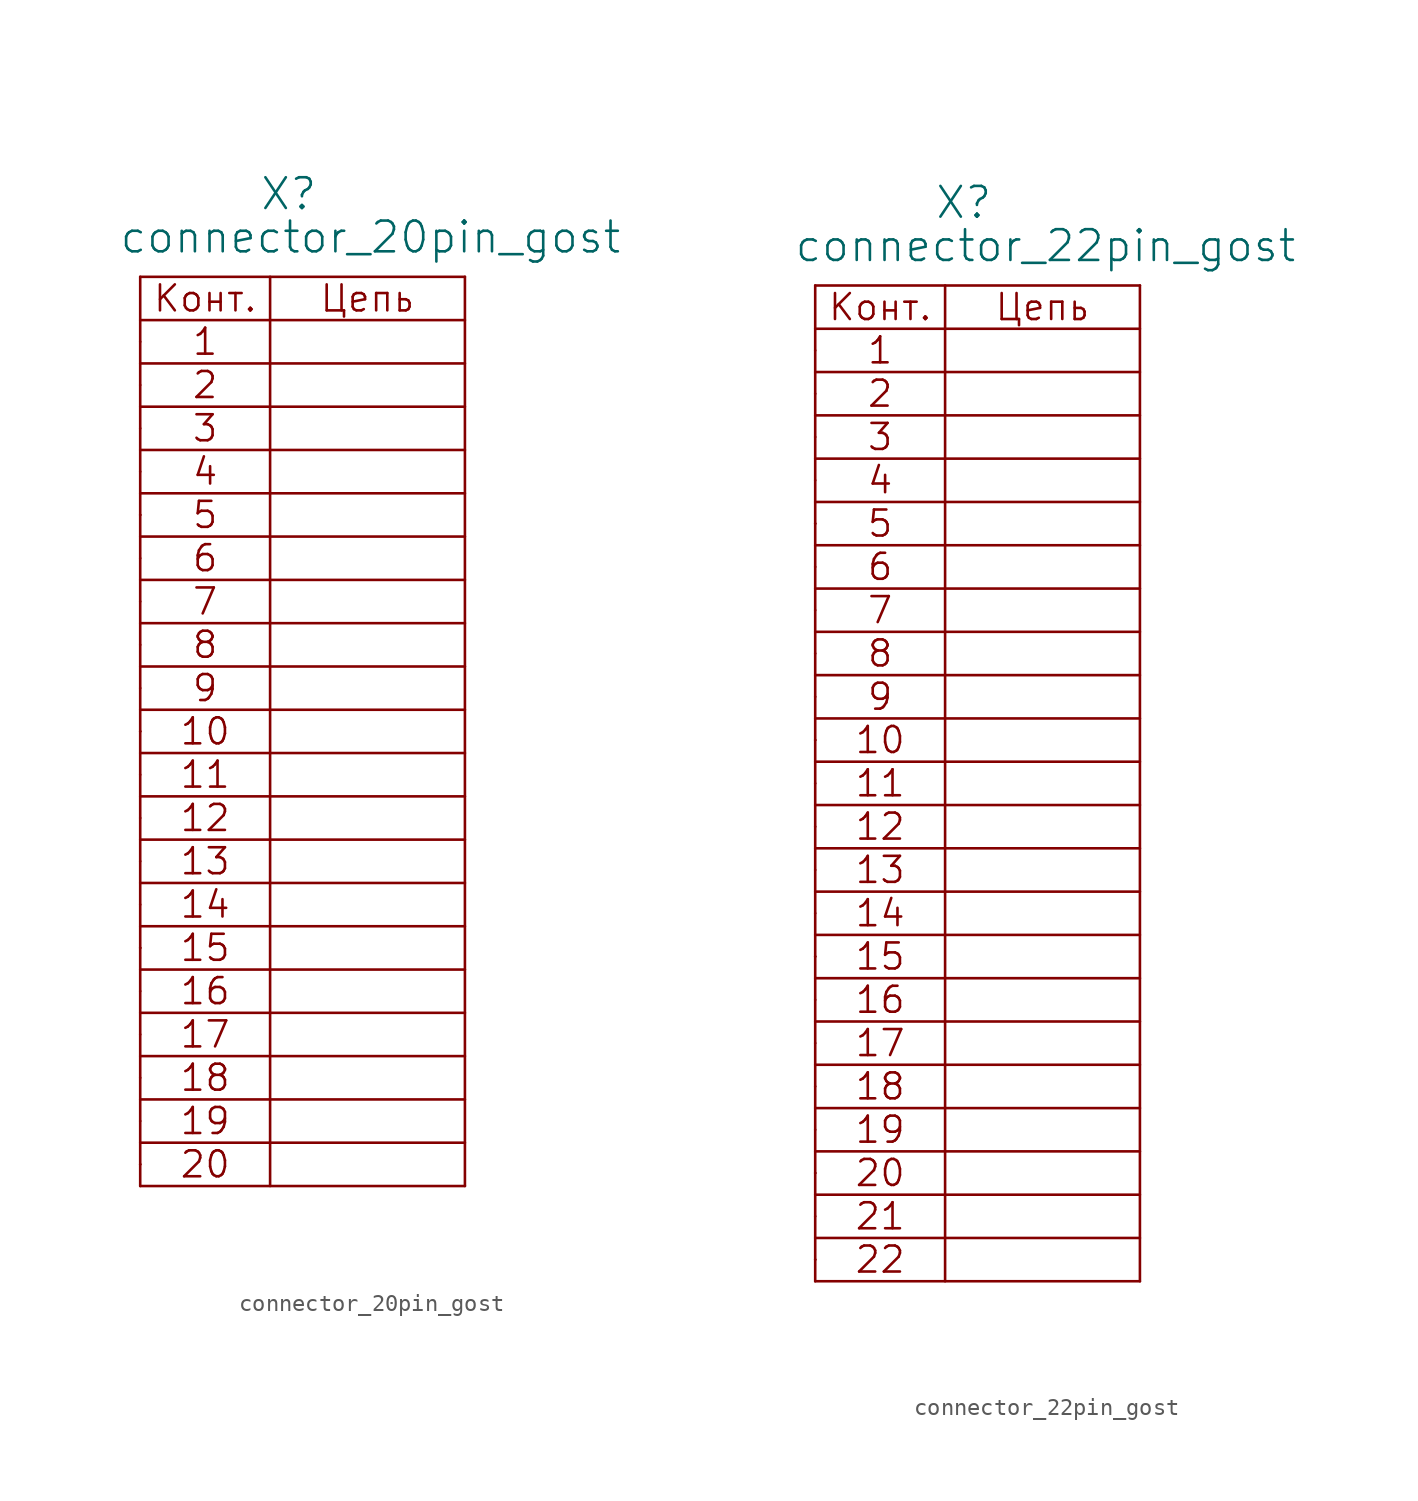
<source format=kicad_sym>
(kicad_symbol_lib
  (version 20211014)
  (generator kicad_symbol_editor)
  (symbol "connector_20pin_gost"
    (pin_numbers hide)
    (pin_names
      (offset 1.016) hide)
    (property "Reference" "X"
      (at 6.985 7.62 0)
      (effects (font (size 1.803 1.803)) (justify left bottom)))
    (property "Value" "connector_20pin_gost"
      (at -1.27 5.08 0)
      (effects (font (size 1.803 1.803)) (justify left bottom)))
    (property "Datasheet" ""
      (at 0 0 0)
      (effects (font (size 1.524 1.524))))
    (symbol "connector_20pin_gost_0_0"
      (polyline (pts (xy 0 -49.53) (xy 19.05 -49.53)) (stroke (width 0) (type default) (color 0 0 0 0)) (fill (type none)))
      (polyline (pts (xy 0 -48.26) (xy 0 -48.26)) (stroke (width 0) (type default) (color 0 0 0 0)) (fill (type none)))
      (polyline (pts (xy 0 -46.99) (xy 19.05 -46.99)) (stroke (width 0) (type default) (color 0 0 0 0)) (fill (type none)))
      (polyline (pts (xy 0 -44.45) (xy 19.05 -44.45)) (stroke (width 0) (type default) (color 0 0 0 0)) (fill (type none)))
      (polyline (pts (xy 0 -41.91) (xy 19.05 -41.91)) (stroke (width 0) (type default) (color 0 0 0 0)) (fill (type none)))
      (polyline (pts (xy 0 -36.83) (xy 19.05 -36.83)) (stroke (width 0) (type default) (color 0 0 0 0)) (fill (type none)))
      (polyline (pts (xy 0 -35.56) (xy 0 -35.56)) (stroke (width 0) (type default) (color 0 0 0 0)) (fill (type none)))
      (polyline (pts (xy 0 -34.29) (xy 19.05 -34.29)) (stroke (width 0) (type default) (color 0 0 0 0)) (fill (type none)))
      (polyline (pts (xy 0 -31.75) (xy 19.05 -31.75)) (stroke (width 0) (type default) (color 0 0 0 0)) (fill (type none)))
      (polyline (pts (xy 0 -29.21) (xy 19.05 -29.21)) (stroke (width 0) (type default) (color 0 0 0 0)) (fill (type none)))
      (polyline (pts (xy 0 -24.13) (xy 19.05 -24.13)) (stroke (width 0) (type default) (color 0 0 0 0)) (fill (type none)))
      (polyline (pts (xy 0 -22.86) (xy 0 -22.86)) (stroke (width 0) (type default) (color 0 0 0 0)) (fill (type none)))
      (polyline (pts (xy 0 -21.59) (xy 19.05 -21.59)) (stroke (width 0) (type default) (color 0 0 0 0)) (fill (type none)))
      (polyline (pts (xy 0 -19.05) (xy 19.05 -19.05)) (stroke (width 0) (type default) (color 0 0 0 0)) (fill (type none)))
      (polyline (pts (xy 0 -16.51) (xy 19.05 -16.51)) (stroke (width 0) (type default) (color 0 0 0 0)) (fill (type none)))
      (polyline (pts (xy 0 -11.43) (xy 19.05 -11.43)) (stroke (width 0) (type default) (color 0 0 0 0)) (fill (type none)))
      (polyline (pts (xy 0 -10.16) (xy 0 -10.16)) (stroke (width 0) (type default) (color 0 0 0 0)) (fill (type none)))
      (polyline (pts (xy 0 -8.89) (xy 19.05 -8.89)) (stroke (width 0) (type default) (color 0 0 0 0)) (fill (type none)))
      (polyline (pts (xy 0 -6.35) (xy 19.05 -6.35)) (stroke (width 0) (type default) (color 0 0 0 0)) (fill (type none)))
      (polyline (pts (xy 0 -3.81) (xy 19.05 -3.81)) (stroke (width 0) (type default) (color 0 0 0 0)) (fill (type none)))
      (polyline (pts (xy 0 1.27) (xy 19.05 1.27)) (stroke (width 0) (type default) (color 0 0 0 0)) (fill (type none)))
      (polyline (pts (xy 19.05 -39.37) (xy 0 -39.37)) (stroke (width 0) (type default) (color 0 0 0 0)) (fill (type none)))
      (polyline (pts (xy 19.05 -26.67) (xy 0 -26.67)) (stroke (width 0) (type default) (color 0 0 0 0)) (fill (type none)))
      (polyline (pts (xy 19.05 -13.97) (xy 0 -13.97)) (stroke (width 0) (type default) (color 0 0 0 0)) (fill (type none)))
      (polyline (pts (xy 19.05 -1.27) (xy 0 -1.27)) (stroke (width 0) (type default) (color 0 0 0 0)) (fill (type none)))
      (text "1" (at 3.81 0 0) (effects (font (size 1.524 1.524))))
      (text "10" (at 3.81 -22.86 0) (effects (font (size 1.524 1.524))))
      (text "11" (at 3.81 -25.4 0) (effects (font (size 1.524 1.524))))
      (text "12" (at 3.81 -27.94 0) (effects (font (size 1.524 1.524))))
      (text "13" (at 3.81 -30.48 0) (effects (font (size 1.524 1.524))))
      (text "14" (at 3.81 -33.02 0) (effects (font (size 1.524 1.524))))
      (text "15" (at 3.81 -35.56 0) (effects (font (size 1.524 1.524))))
      (text "16" (at 3.81 -38.1 0) (effects (font (size 1.524 1.524))))
      (text "17" (at 3.81 -40.64 0) (effects (font (size 1.524 1.524))))
      (text "18" (at 3.81 -43.18 0) (effects (font (size 1.524 1.524))))
      (text "19" (at 3.81 -45.72 0) (effects (font (size 1.524 1.524))))
      (text "2" (at 3.81 -2.54 0) (effects (font (size 1.524 1.524))))
      (text "20" (at 3.81 -48.26 0) (effects (font (size 1.524 1.524))))
      (text "3" (at 3.81 -5.08 0) (effects (font (size 1.524 1.524))))
      (text "4" (at 3.81 -7.62 0) (effects (font (size 1.524 1.524))))
      (text "5" (at 3.81 -10.16 0) (effects (font (size 1.524 1.524))))
      (text "6" (at 3.81 -12.7 0) (effects (font (size 1.524 1.524))))
      (text "7" (at 3.81 -15.24 0) (effects (font (size 1.524 1.524))))
      (text "8" (at 3.81 -17.78 0) (effects (font (size 1.524 1.524))))
      (text "9" (at 3.81 -20.32 0) (effects (font (size 1.524 1.524))))
      (text "Конт." (at 3.81 2.54 0) (effects (font (size 1.524 1.524))))
      (text "Цепь" (at 13.335 2.54 0) (effects (font (size 1.524 1.524)))))
    (symbol "connector_20pin_gost_0_1"
      (polyline (pts (xy 0 3.81) (xy 0 -49.53)) (stroke (width 0) (type default) (color 0 0 0 0)) (fill (type none)))
      (polyline (pts (xy 0 3.81) (xy 19.05 3.81)) (stroke (width 0) (type default) (color 0 0 0 0)) (fill (type none)))
      (polyline (pts (xy 7.62 3.81) (xy 7.62 -49.53)) (stroke (width 0) (type default) (color 0 0 0 0)) (fill (type none)))
      (polyline (pts (xy 19.05 -49.53) (xy 19.05 3.81)) (stroke (width 0) (type default) (color 0 0 0 0)) (fill (type none))))
    (symbol "connector_20pin_gost_1_1"
      (pin passive line (at 0 0 0) (length 0) (name "~" (effects (font (size 1.549 1.549)))) (number "1" (effects (font (size 1.549 1.549)))))
      (pin passive line (at 0 -22.86 0) (length 0) (name "~" (effects (font (size 1.549 1.549)))) (number "10" (effects (font (size 1.549 1.549)))))
      (pin passive line (at 0 -25.4 0) (length 0) (name "~" (effects (font (size 1.549 1.549)))) (number "11" (effects (font (size 1.549 1.549)))))
      (pin passive line (at 0 -27.94 0) (length 0) (name "~" (effects (font (size 1.549 1.549)))) (number "12" (effects (font (size 1.549 1.549)))))
      (pin passive line (at 0 -30.48 0) (length 0) (name "~" (effects (font (size 1.549 1.549)))) (number "13" (effects (font (size 1.549 1.549)))))
      (pin passive line (at 0 -33.02 0) (length 0) (name "~" (effects (font (size 1.549 1.549)))) (number "14" (effects (font (size 1.549 1.549)))))
      (pin passive line (at 0 -35.56 0) (length 0) (name "~" (effects (font (size 1.549 1.549)))) (number "15" (effects (font (size 1.549 1.549)))))
      (pin passive line (at 0 -38.1 0) (length 0) (name "~" (effects (font (size 1.549 1.549)))) (number "16" (effects (font (size 1.549 1.549)))))
      (pin passive line (at 0 -40.64 0) (length 0) (name "~" (effects (font (size 1.549 1.549)))) (number "17" (effects (font (size 1.549 1.549)))))
      (pin passive line (at 0 -43.18 0) (length 0) (name "~" (effects (font (size 1.549 1.549)))) (number "18" (effects (font (size 1.549 1.549)))))
      (pin passive line (at 0 -45.72 0) (length 0) (name "~" (effects (font (size 1.549 1.549)))) (number "19" (effects (font (size 1.549 1.549)))))
      (pin passive line (at 0 -2.54 0) (length 0) (name "~" (effects (font (size 1.549 1.549)))) (number "2" (effects (font (size 1.549 1.549)))))
      (pin passive line (at 0 -48.26 0) (length 0) (name "~" (effects (font (size 1.549 1.549)))) (number "20" (effects (font (size 1.549 1.549)))))
      (pin passive line (at 0 -5.08 0) (length 0) (name "~" (effects (font (size 1.549 1.549)))) (number "3" (effects (font (size 1.549 1.549)))))
      (pin passive line (at 0 -7.62 0) (length 0) (name "~" (effects (font (size 1.549 1.549)))) (number "4" (effects (font (size 1.549 1.549)))))
      (pin passive line (at 0 -10.16 0) (length 0) (name "~" (effects (font (size 1.549 1.549)))) (number "5" (effects (font (size 1.549 1.549)))))
      (pin passive line (at 0 -12.7 0) (length 0) (name "~" (effects (font (size 1.549 1.549)))) (number "6" (effects (font (size 1.549 1.549)))))
      (pin passive line (at 0 -15.24 0) (length 0) (name "~" (effects (font (size 1.549 1.549)))) (number "7" (effects (font (size 1.549 1.549)))))
      (pin passive line (at 0 -17.78 0) (length 0) (name "~" (effects (font (size 1.549 1.549)))) (number "8" (effects (font (size 1.549 1.549)))))
      (pin passive line (at 0 -20.32 0) (length 0) (name "~" (effects (font (size 1.549 1.549)))) (number "9" (effects (font (size 1.549 1.549)))))))
  (symbol "connector_22pin_gost"
    (pin_numbers hide)
    (pin_names
      (offset 1.016) hide)
    (property "Reference" "X"
      (at 6.985 7.62 0)
      (effects (font (size 1.803 1.803)) (justify left bottom)))
    (property "Value" "connector_22pin_gost"
      (at -1.27 5.08 0)
      (effects (font (size 1.803 1.803)) (justify left bottom)))
    (property "Datasheet" ""
      (at 0 0 0)
      (effects (font (size 1.524 1.524))))
    (symbol "connector_22pin_gost_0_0"
      (polyline (pts (xy 0 -54.61) (xy 19.05 -54.61)) (stroke (width 0) (type default) (color 0 0 0 0)) (fill (type none)))
      (polyline (pts (xy 0 -53.34) (xy 0 -53.34)) (stroke (width 0) (type default) (color 0 0 0 0)) (fill (type none)))
      (polyline (pts (xy 0 -52.07) (xy 19.05 -52.07)) (stroke (width 0) (type default) (color 0 0 0 0)) (fill (type none)))
      (polyline (pts (xy 0 -49.53) (xy 19.05 -49.53)) (stroke (width 0) (type default) (color 0 0 0 0)) (fill (type none)))
      (polyline (pts (xy 0 -48.26) (xy 0 -48.26)) (stroke (width 0) (type default) (color 0 0 0 0)) (fill (type none)))
      (polyline (pts (xy 0 -46.99) (xy 19.05 -46.99)) (stroke (width 0) (type default) (color 0 0 0 0)) (fill (type none)))
      (polyline (pts (xy 0 -44.45) (xy 19.05 -44.45)) (stroke (width 0) (type default) (color 0 0 0 0)) (fill (type none)))
      (polyline (pts (xy 0 -41.91) (xy 19.05 -41.91)) (stroke (width 0) (type default) (color 0 0 0 0)) (fill (type none)))
      (polyline (pts (xy 0 -36.83) (xy 19.05 -36.83)) (stroke (width 0) (type default) (color 0 0 0 0)) (fill (type none)))
      (polyline (pts (xy 0 -35.56) (xy 0 -35.56)) (stroke (width 0) (type default) (color 0 0 0 0)) (fill (type none)))
      (polyline (pts (xy 0 -34.29) (xy 19.05 -34.29)) (stroke (width 0) (type default) (color 0 0 0 0)) (fill (type none)))
      (polyline (pts (xy 0 -31.75) (xy 19.05 -31.75)) (stroke (width 0) (type default) (color 0 0 0 0)) (fill (type none)))
      (polyline (pts (xy 0 -29.21) (xy 19.05 -29.21)) (stroke (width 0) (type default) (color 0 0 0 0)) (fill (type none)))
      (polyline (pts (xy 0 -24.13) (xy 19.05 -24.13)) (stroke (width 0) (type default) (color 0 0 0 0)) (fill (type none)))
      (polyline (pts (xy 0 -22.86) (xy 0 -22.86)) (stroke (width 0) (type default) (color 0 0 0 0)) (fill (type none)))
      (polyline (pts (xy 0 -21.59) (xy 19.05 -21.59)) (stroke (width 0) (type default) (color 0 0 0 0)) (fill (type none)))
      (polyline (pts (xy 0 -19.05) (xy 19.05 -19.05)) (stroke (width 0) (type default) (color 0 0 0 0)) (fill (type none)))
      (polyline (pts (xy 0 -16.51) (xy 19.05 -16.51)) (stroke (width 0) (type default) (color 0 0 0 0)) (fill (type none)))
      (polyline (pts (xy 0 -11.43) (xy 19.05 -11.43)) (stroke (width 0) (type default) (color 0 0 0 0)) (fill (type none)))
      (polyline (pts (xy 0 -10.16) (xy 0 -10.16)) (stroke (width 0) (type default) (color 0 0 0 0)) (fill (type none)))
      (polyline (pts (xy 0 -8.89) (xy 19.05 -8.89)) (stroke (width 0) (type default) (color 0 0 0 0)) (fill (type none)))
      (polyline (pts (xy 0 -6.35) (xy 19.05 -6.35)) (stroke (width 0) (type default) (color 0 0 0 0)) (fill (type none)))
      (polyline (pts (xy 0 -3.81) (xy 19.05 -3.81)) (stroke (width 0) (type default) (color 0 0 0 0)) (fill (type none)))
      (polyline (pts (xy 0 1.27) (xy 19.05 1.27)) (stroke (width 0) (type default) (color 0 0 0 0)) (fill (type none)))
      (polyline (pts (xy 0 3.81) (xy 0 -54.61)) (stroke (width 0) (type default) (color 0 0 0 0)) (fill (type none)))
      (polyline (pts (xy 7.62 3.81) (xy 7.62 -54.61)) (stroke (width 0) (type default) (color 0 0 0 0)) (fill (type none)))
      (polyline (pts (xy 19.05 -54.61) (xy 19.05 3.81)) (stroke (width 0) (type default) (color 0 0 0 0)) (fill (type none)))
      (polyline (pts (xy 19.05 -39.37) (xy 0 -39.37)) (stroke (width 0) (type default) (color 0 0 0 0)) (fill (type none)))
      (polyline (pts (xy 19.05 -26.67) (xy 0 -26.67)) (stroke (width 0) (type default) (color 0 0 0 0)) (fill (type none)))
      (polyline (pts (xy 19.05 -13.97) (xy 0 -13.97)) (stroke (width 0) (type default) (color 0 0 0 0)) (fill (type none)))
      (polyline (pts (xy 19.05 -1.27) (xy 0 -1.27)) (stroke (width 0) (type default) (color 0 0 0 0)) (fill (type none)))
      (text "1" (at 3.81 0 0) (effects (font (size 1.524 1.524))))
      (text "10" (at 3.81 -22.86 0) (effects (font (size 1.524 1.524))))
      (text "11" (at 3.81 -25.4 0) (effects (font (size 1.524 1.524))))
      (text "12" (at 3.81 -27.94 0) (effects (font (size 1.524 1.524))))
      (text "13" (at 3.81 -30.48 0) (effects (font (size 1.524 1.524))))
      (text "14" (at 3.81 -33.02 0) (effects (font (size 1.524 1.524))))
      (text "15" (at 3.81 -35.56 0) (effects (font (size 1.524 1.524))))
      (text "16" (at 3.81 -38.1 0) (effects (font (size 1.524 1.524))))
      (text "17" (at 3.81 -40.64 0) (effects (font (size 1.524 1.524))))
      (text "18" (at 3.81 -43.18 0) (effects (font (size 1.524 1.524))))
      (text "19" (at 3.81 -45.72 0) (effects (font (size 1.524 1.524))))
      (text "2" (at 3.81 -2.54 0) (effects (font (size 1.524 1.524))))
      (text "20" (at 3.81 -48.26 0) (effects (font (size 1.524 1.524))))
      (text "21" (at 3.81 -50.8 0) (effects (font (size 1.524 1.524))))
      (text "22" (at 3.81 -53.34 0) (effects (font (size 1.524 1.524))))
      (text "3" (at 3.81 -5.08 0) (effects (font (size 1.524 1.524))))
      (text "4" (at 3.81 -7.62 0) (effects (font (size 1.524 1.524))))
      (text "5" (at 3.81 -10.16 0) (effects (font (size 1.524 1.524))))
      (text "6" (at 3.81 -12.7 0) (effects (font (size 1.524 1.524))))
      (text "7" (at 3.81 -15.24 0) (effects (font (size 1.524 1.524))))
      (text "8" (at 3.81 -17.78 0) (effects (font (size 1.524 1.524))))
      (text "9" (at 3.81 -20.32 0) (effects (font (size 1.524 1.524))))
      (text "Конт." (at 3.81 2.54 0) (effects (font (size 1.524 1.524))))
      (text "Цепь" (at 13.335 2.54 0) (effects (font (size 1.524 1.524)))))
    (symbol "connector_22pin_gost_0_1"
      (polyline (pts (xy 0 3.81) (xy 19.05 3.81)) (stroke (width 0) (type default) (color 0 0 0 0)) (fill (type none))))
    (symbol "connector_22pin_gost_1_1"
      (pin passive line (at 0 0 0) (length 0) (name "~" (effects (font (size 1.549 1.549)))) (number "1" (effects (font (size 1.549 1.549)))))
      (pin passive line (at 0 -22.86 0) (length 0) (name "~" (effects (font (size 1.549 1.549)))) (number "10" (effects (font (size 1.549 1.549)))))
      (pin passive line (at 0 -25.4 0) (length 0) (name "~" (effects (font (size 1.549 1.549)))) (number "11" (effects (font (size 1.549 1.549)))))
      (pin passive line (at 0 -27.94 0) (length 0) (name "~" (effects (font (size 1.549 1.549)))) (number "12" (effects (font (size 1.549 1.549)))))
      (pin passive line (at 0 -30.48 0) (length 0) (name "~" (effects (font (size 1.549 1.549)))) (number "13" (effects (font (size 1.549 1.549)))))
      (pin passive line (at 0 -33.02 0) (length 0) (name "~" (effects (font (size 1.549 1.549)))) (number "14" (effects (font (size 1.549 1.549)))))
      (pin passive line (at 0 -35.56 0) (length 0) (name "~" (effects (font (size 1.549 1.549)))) (number "15" (effects (font (size 1.549 1.549)))))
      (pin passive line (at 0 -38.1 0) (length 0) (name "~" (effects (font (size 1.549 1.549)))) (number "16" (effects (font (size 1.549 1.549)))))
      (pin passive line (at 0 -40.64 0) (length 0) (name "~" (effects (font (size 1.549 1.549)))) (number "17" (effects (font (size 1.549 1.549)))))
      (pin passive line (at 0 -43.18 0) (length 0) (name "~" (effects (font (size 1.549 1.549)))) (number "18" (effects (font (size 1.549 1.549)))))
      (pin passive line (at 0 -45.72 0) (length 0) (name "~" (effects (font (size 1.549 1.549)))) (number "19" (effects (font (size 1.549 1.549)))))
      (pin passive line (at 0 -2.54 0) (length 0) (name "~" (effects (font (size 1.549 1.549)))) (number "2" (effects (font (size 1.549 1.549)))))
      (pin passive line (at 0 -48.26 0) (length 0) (name "~" (effects (font (size 1.549 1.549)))) (number "20" (effects (font (size 1.549 1.549)))))
      (pin passive line (at 0 -50.8 0) (length 0) (name "~" (effects (font (size 1.549 1.549)))) (number "21" (effects (font (size 1.549 1.549)))))
      (pin passive line (at 0 -53.34 0) (length 0) (name "~" (effects (font (size 1.549 1.549)))) (number "22" (effects (font (size 1.549 1.549)))))
      (pin passive line (at 0 -5.08 0) (length 0) (name "~" (effects (font (size 1.549 1.549)))) (number "3" (effects (font (size 1.549 1.549)))))
      (pin passive line (at 0 -7.62 0) (length 0) (name "~" (effects (font (size 1.549 1.549)))) (number "4" (effects (font (size 1.549 1.549)))))
      (pin passive line (at 0 -10.16 0) (length 0) (name "~" (effects (font (size 1.549 1.549)))) (number "5" (effects (font (size 1.549 1.549)))))
      (pin passive line (at 0 -12.7 0) (length 0) (name "~" (effects (font (size 1.549 1.549)))) (number "6" (effects (font (size 1.549 1.549)))))
      (pin passive line (at 0 -15.24 0) (length 0) (name "~" (effects (font (size 1.549 1.549)))) (number "7" (effects (font (size 1.549 1.549)))))
      (pin passive line (at 0 -17.78 0) (length 0) (name "~" (effects (font (size 1.549 1.549)))) (number "8" (effects (font (size 1.549 1.549)))))
      (pin passive line (at 0 -20.32 0) (length 0) (name "~" (effects (font (size 1.549 1.549)))) (number "9" (effects (font (size 1.549 1.549))))))))
</source>
